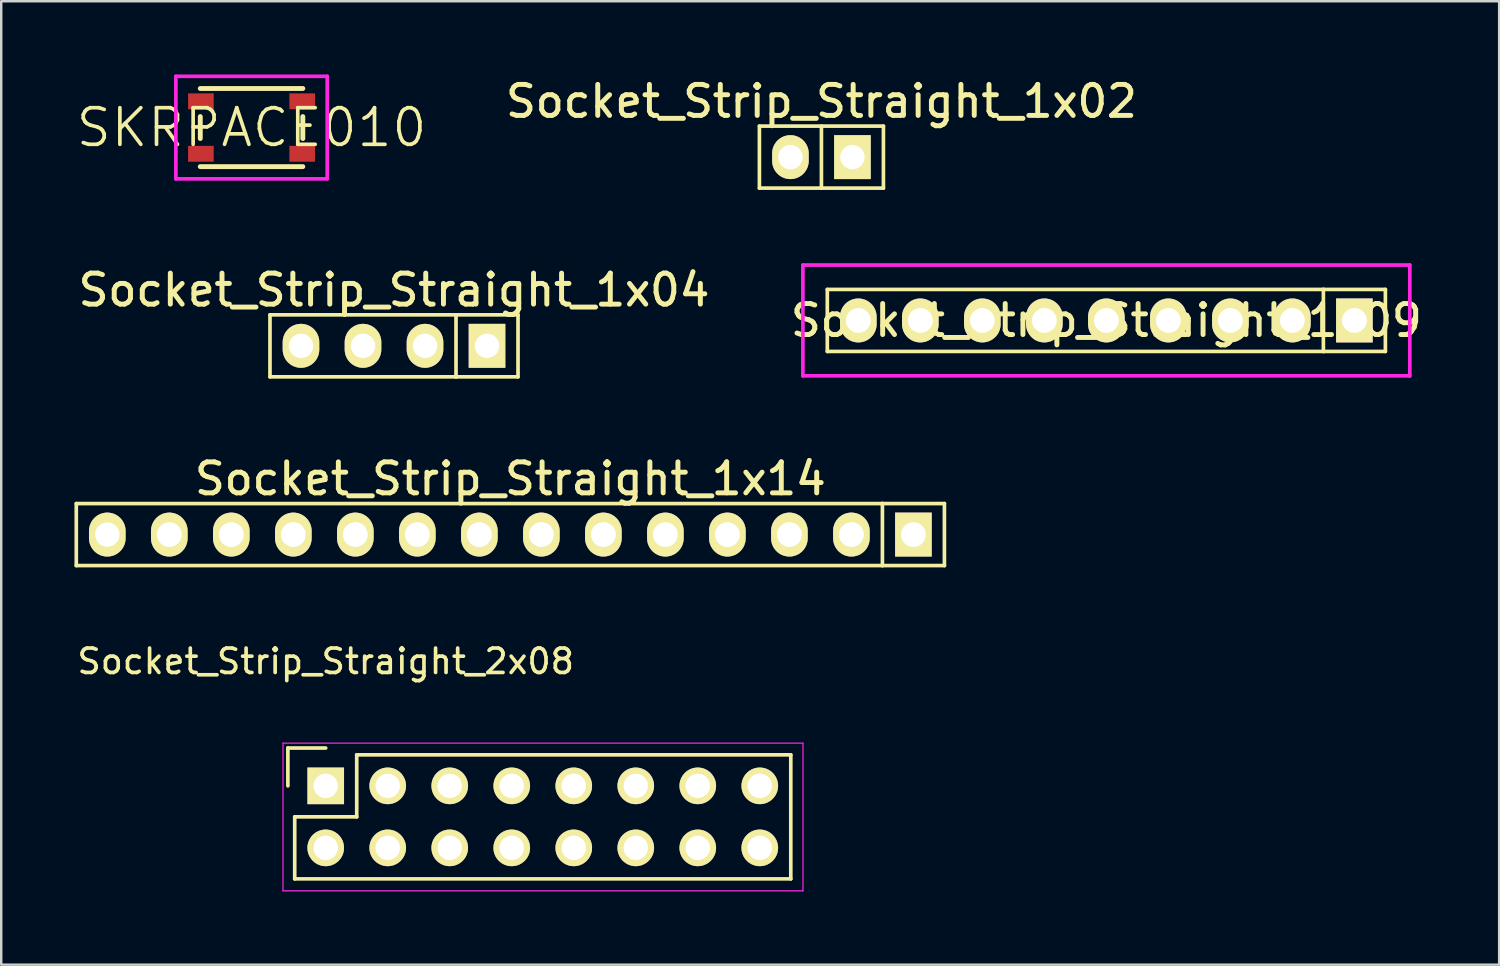
<source format=kicad_pcb>
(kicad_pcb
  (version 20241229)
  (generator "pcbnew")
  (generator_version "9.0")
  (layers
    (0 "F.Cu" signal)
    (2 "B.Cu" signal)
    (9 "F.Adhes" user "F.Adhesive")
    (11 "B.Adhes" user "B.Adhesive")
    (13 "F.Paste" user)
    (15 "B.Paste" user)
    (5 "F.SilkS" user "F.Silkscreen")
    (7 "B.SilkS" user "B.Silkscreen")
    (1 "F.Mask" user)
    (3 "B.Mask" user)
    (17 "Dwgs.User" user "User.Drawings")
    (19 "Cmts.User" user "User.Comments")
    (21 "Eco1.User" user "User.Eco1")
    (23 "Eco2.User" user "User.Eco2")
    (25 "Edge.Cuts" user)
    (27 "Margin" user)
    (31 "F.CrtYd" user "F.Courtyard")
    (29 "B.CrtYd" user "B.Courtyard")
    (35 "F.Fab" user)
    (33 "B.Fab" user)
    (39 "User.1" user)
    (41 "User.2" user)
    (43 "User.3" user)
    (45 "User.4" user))
  (footprint "Socket_Strip_Straight_2x08"
    (layer "F.Cu")
    (at 10.292 29.14)
    (property "Reference" "Socket_Strip_Straight_2x08" (at 0 -5.1 0) (layer "F.SilkS") (effects (font (size 1 1) (thickness 0.15))))
    (attr through_hole)
    (fp_line (start -1.55 -1.55) (end -1.55 0) (stroke (width 0.15) (type solid)) (layer "F.SilkS"))
    (fp_line (start -1.27 1.27) (end 1.27 1.27) (stroke (width 0.15) (type solid)) (layer "F.SilkS"))
    (fp_line (start -1.27 3.81) (end -1.27 1.27) (stroke (width 0.15) (type solid)) (layer "F.SilkS"))
    (fp_line (start 0 -1.55) (end -1.55 -1.55) (stroke (width 0.15) (type solid)) (layer "F.SilkS"))
    (fp_line (start 1.27 -1.27) (end 19.05 -1.27) (stroke (width 0.15) (type solid)) (layer "F.SilkS"))
    (fp_line (start 1.27 1.27) (end 1.27 -1.27) (stroke (width 0.15) (type solid)) (layer "F.SilkS"))
    (fp_line (start 19.05 3.81) (end -1.27 3.81) (stroke (width 0.15) (type solid)) (layer "F.SilkS"))
    (fp_line (start 19.05 3.81) (end 19.05 -1.27) (stroke (width 0.15) (type solid)) (layer "F.SilkS"))
    (fp_line (start -1.75 -1.75) (end -1.75 4.3) (stroke (width 0.05) (type solid)) (layer "F.CrtYd"))
    (fp_line (start -1.75 -1.75) (end 19.55 -1.75) (stroke (width 0.05) (type solid)) (layer "F.CrtYd"))
    (fp_line (start -1.75 4.3) (end 19.55 4.3) (stroke (width 0.05) (type solid)) (layer "F.CrtYd"))
    (fp_line (start 19.55 -1.75) (end 19.55 4.3) (stroke (width 0.05) (type solid)) (layer "F.CrtYd"))
    (pad "1" thru_hole rect (at 0 0) (size 1.5 1.5) (drill 1) (layers "*.Cu" "*.Mask" "F.SilkS"))
    (pad "2" thru_hole circle (at 0 2.54) (size 1.5 1.5) (drill 1) (layers "*.Cu" "*.Mask" "F.SilkS"))
    (pad "3" thru_hole circle (at 2.54 0) (size 1.5 1.5) (drill 1) (layers "*.Cu" "*.Mask" "F.SilkS"))
    (pad "4" thru_hole circle (at 2.54 2.54) (size 1.5 1.5) (drill 1) (layers "*.Cu" "*.Mask" "F.SilkS"))
    (pad "5" thru_hole circle (at 5.08 0) (size 1.5 1.5) (drill 1) (layers "*.Cu" "*.Mask" "F.SilkS"))
    (pad "6" thru_hole circle (at 5.08 2.54) (size 1.5 1.5) (drill 1) (layers "*.Cu" "*.Mask" "F.SilkS"))
    (pad "7" thru_hole circle (at 7.62 0) (size 1.5 1.5) (drill 1) (layers "*.Cu" "*.Mask" "F.SilkS"))
    (pad "8" thru_hole circle (at 7.62 2.54) (size 1.5 1.5) (drill 1) (layers "*.Cu" "*.Mask" "F.SilkS"))
    (pad "9" thru_hole circle (at 10.16 0) (size 1.5 1.5) (drill 1) (layers "*.Cu" "*.Mask" "F.SilkS"))
    (pad "10" thru_hole circle (at 10.16 2.54) (size 1.5 1.5) (drill 1) (layers "*.Cu" "*.Mask" "F.SilkS"))
    (pad "11" thru_hole circle (at 12.7 0) (size 1.5 1.5) (drill 1) (layers "*.Cu" "*.Mask" "F.SilkS"))
    (pad "12" thru_hole circle (at 12.7 2.54) (size 1.5 1.5) (drill 1) (layers "*.Cu" "*.Mask" "F.SilkS"))
    (pad "13" thru_hole circle (at 15.24 0) (size 1.5 1.5) (drill 1) (layers "*.Cu" "*.Mask" "F.SilkS"))
    (pad "14" thru_hole circle (at 15.24 2.54) (size 1.5 1.5) (drill 1) (layers "*.Cu" "*.Mask" "F.SilkS"))
    (pad "15" thru_hole circle (at 17.78 0) (size 1.5 1.5) (drill 1) (layers "*.Cu" "*.Mask" "F.SilkS"))
    (pad "16" thru_hole circle (at 17.78 2.54) (size 1.5 1.5) (drill 1) (layers "*.Cu" "*.Mask" "F.SilkS")))
  (footprint "SKRPACE010"
    (layer "F.Cu")
    (at 7.254 2.175)
    (property "Reference" "SKRPACE010" (at 0 0 0) (layer "F.SilkS") (effects (font (size 1.5 1.5) (thickness 0.15))))
    (attr through_hole)
    (fp_line (start -2.1 -1.6) (end 2.1 -1.6) (stroke (width 0.2) (type solid)) (layer "F.SilkS"))
    (fp_line (start -2.1 0.45) (end -2.1 -0.45) (stroke (width 0.2) (type solid)) (layer "F.SilkS"))
    (fp_line (start -2.1 1.6) (end 2.1 1.6) (stroke (width 0.2) (type solid)) (layer "F.SilkS"))
    (fp_line (start 2.1 -0.45) (end 2.1 0.45) (stroke (width 0.2) (type solid)) (layer "F.SilkS"))
    (fp_line (start -3.1 -2.1) (end 3.1 -2.1) (stroke (width 0.15) (type solid)) (layer "F.CrtYd"))
    (fp_line (start -3.1 2.1) (end -3.1 -2.1) (stroke (width 0.15) (type solid)) (layer "F.CrtYd"))
    (fp_line (start 3.1 -2.1) (end 3.1 2.1) (stroke (width 0.15) (type solid)) (layer "F.CrtYd"))
    (fp_line (start 3.1 2.1) (end -3.1 2.1) (stroke (width 0.15) (type solid)) (layer "F.CrtYd"))
    (pad "1" smd rect (at -2.075 -1.075) (size 1.05 0.65) (layers "F.Cu" "F.Mask" "F.Paste"))
    (pad "2" smd rect (at 2.075 -1.075) (size 1.05 0.65) (layers "F.Cu" "F.Mask" "F.Paste"))
    (pad "3" smd rect (at -2.075 1.075) (size 1.05 0.65) (layers "F.Cu" "F.Mask" "F.Paste"))
    (pad "4" smd rect (at 2.075 1.075) (size 1.05 0.65) (layers "F.Cu" "F.Mask" "F.Paste")))
  (footprint "Socket_Strip_Straight_1x09"
    (layer "F.Cu")
    (at 42.268 10.076)
    (property "Reference" "Socket_Strip_Straight_1x09" (at 0 0 0) (layer "F.SilkS") (effects (font (size 1.27 1.27) (thickness 0.203))))
    (attr through_hole)
    (fp_line (start -11.43 -1.27) (end 8.89 -1.27) (stroke (width 0.15) (type solid)) (layer "F.SilkS"))
    (fp_line (start -11.43 1.27) (end -11.43 -1.27) (stroke (width 0.15) (type solid)) (layer "F.SilkS"))
    (fp_line (start 8.89 -1.27) (end 8.89 1.27) (stroke (width 0.15) (type solid)) (layer "F.SilkS"))
    (fp_line (start 8.89 1.27) (end -11.43 1.27) (stroke (width 0.15) (type solid)) (layer "F.SilkS"))
    (fp_line (start 11.43 -1.27) (end 8.89 -1.27) (stroke (width 0.15) (type solid)) (layer "F.SilkS"))
    (fp_line (start 11.43 -1.27) (end 11.43 1.27) (stroke (width 0.15) (type solid)) (layer "F.SilkS"))
    (fp_line (start 11.43 1.27) (end 8.89 1.27) (stroke (width 0.15) (type solid)) (layer "F.SilkS"))
    (fp_line (start -12.43 -2.27) (end 12.43 -2.27) (stroke (width 0.15) (type solid)) (layer "F.CrtYd"))
    (fp_line (start -12.43 2.27) (end -12.43 -2.27) (stroke (width 0.15) (type solid)) (layer "F.CrtYd"))
    (fp_line (start 12.43 -2.27) (end 12.43 2.27) (stroke (width 0.15) (type solid)) (layer "F.CrtYd"))
    (fp_line (start 12.43 2.27) (end -12.43 2.27) (stroke (width 0.15) (type solid)) (layer "F.CrtYd"))
    (pad "1" thru_hole rect (at 10.16 0 180) (size 1.5 1.8) (drill 1.016) (layers "*.Cu" "*.Mask" "F.SilkS"))
    (pad "2" thru_hole oval (at 7.62 0 180) (size 1.5 1.8) (drill 1.016) (layers "*.Cu" "*.Mask" "F.SilkS"))
    (pad "3" thru_hole oval (at 5.08 0 180) (size 1.5 1.8) (drill 1.016) (layers "*.Cu" "*.Mask" "F.SilkS"))
    (pad "4" thru_hole oval (at 2.54 0 180) (size 1.5 1.8) (drill 1.016) (layers "*.Cu" "*.Mask" "F.SilkS"))
    (pad "5" thru_hole oval (at 0 0 180) (size 1.5 1.8) (drill 1.016) (layers "*.Cu" "*.Mask" "F.SilkS"))
    (pad "6" thru_hole oval (at -2.54 0 180) (size 1.5 1.8) (drill 1.016) (layers "*.Cu" "*.Mask" "F.SilkS"))
    (pad "7" thru_hole oval (at -5.08 0 180) (size 1.5 1.8) (drill 1.016) (layers "*.Cu" "*.Mask" "F.SilkS"))
    (pad "8" thru_hole oval (at -7.62 0 180) (size 1.5 1.8) (drill 1.016) (layers "*.Cu" "*.Mask" "F.SilkS"))
    (pad "9" thru_hole oval (at -10.16 0 180) (size 1.5 1.8) (drill 1.016) (layers "*.Cu" "*.Mask" "F.SilkS")))
  (footprint "Socket_Strip_Straight_1x04"
    (layer "F.Cu")
    (at 13.089 11.116)
    (property "Reference" "Socket_Strip_Straight_1x04" (at 0 -2.286 0) (layer "F.SilkS") (effects (font (size 1.27 1.27) (thickness 0.203))))
    (attr through_hole)
    (fp_line (start -5.08 1.27) (end -5.08 -1.27) (stroke (width 0.15) (type solid)) (layer "F.SilkS"))
    (fp_line (start 2.54 -1.27) (end -5.08 -1.27) (stroke (width 0.15) (type solid)) (layer "F.SilkS"))
    (fp_line (start 2.54 -1.27) (end 2.54 1.27) (stroke (width 0.15) (type solid)) (layer "F.SilkS"))
    (fp_line (start 2.54 1.27) (end -5.08 1.27) (stroke (width 0.15) (type solid)) (layer "F.SilkS"))
    (fp_line (start 5.08 -1.27) (end 2.54 -1.27) (stroke (width 0.15) (type solid)) (layer "F.SilkS"))
    (fp_line (start 5.08 -1.27) (end 5.08 1.27) (stroke (width 0.15) (type solid)) (layer "F.SilkS"))
    (fp_line (start 5.08 1.27) (end 2.54 1.27) (stroke (width 0.15) (type solid)) (layer "F.SilkS"))
    (pad "1" thru_hole rect (at 3.81 0 180) (size 1.5 1.8) (drill 1) (layers "*.Cu" "*.Mask" "F.SilkS"))
    (pad "2" thru_hole oval (at 1.27 0 180) (size 1.5 1.8) (drill 1) (layers "*.Cu" "*.Mask" "F.SilkS"))
    (pad "3" thru_hole oval (at -1.27 0 180) (size 1.5 1.8) (drill 1) (layers "*.Cu" "*.Mask" "F.SilkS"))
    (pad "4" thru_hole oval (at -3.81 0 180) (size 1.5 1.8) (drill 1) (layers "*.Cu" "*.Mask" "F.SilkS")))
  (footprint "Socket_Strip_Straight_1x02"
    (layer "F.Cu")
    (at 30.597 3.386)
    (property "Reference" "Socket_Strip_Straight_1x02" (at 0 -2.286 0) (layer "F.SilkS") (effects (font (size 1.27 1.27) (thickness 0.203))))
    (attr through_hole)
    (fp_line (start -2.54 -1.27) (end 2.54 -1.27) (stroke (width 0.15) (type solid)) (layer "F.SilkS"))
    (fp_line (start -2.54 1.27) (end -2.54 -1.27) (stroke (width 0.15) (type solid)) (layer "F.SilkS"))
    (fp_line (start 0 -1.27) (end 0 1.27) (stroke (width 0.15) (type solid)) (layer "F.SilkS"))
    (fp_line (start 0 1.27) (end -2.54 1.27) (stroke (width 0.15) (type solid)) (layer "F.SilkS"))
    (fp_line (start 2.54 -1.27) (end 2.54 1.27) (stroke (width 0.15) (type solid)) (layer "F.SilkS"))
    (fp_line (start 2.54 1.27) (end 0 1.27) (stroke (width 0.15) (type solid)) (layer "F.SilkS"))
    (pad "1" thru_hole rect (at 1.27 0 180) (size 1.5 1.8) (drill 1) (layers "*.Cu" "*.Mask" "F.SilkS"))
    (pad "2" thru_hole oval (at -1.27 0 180) (size 1.5 1.8) (drill 1) (layers "*.Cu" "*.Mask" "F.SilkS")))
  (footprint "Socket_Strip_Straight_1x14"
    (layer "F.Cu")
    (at 17.855 18.847)
    (property "Reference" "Socket_Strip_Straight_1x14" (at 0 -2.286 0) (layer "F.SilkS") (effects (font (size 1.27 1.27) (thickness 0.203))))
    (attr through_hole)
    (fp_line (start -17.78 -1.27) (end 15.24 -1.27) (stroke (width 0.15) (type solid)) (layer "F.SilkS"))
    (fp_line (start -17.78 1.27) (end -17.78 -1.27) (stroke (width 0.15) (type solid)) (layer "F.SilkS"))
    (fp_line (start 15.24 -1.27) (end 15.24 1.27) (stroke (width 0.15) (type solid)) (layer "F.SilkS"))
    (fp_line (start 15.24 1.27) (end -17.78 1.27) (stroke (width 0.15) (type solid)) (layer "F.SilkS"))
    (fp_line (start 17.78 -1.27) (end 15.24 -1.27) (stroke (width 0.15) (type solid)) (layer "F.SilkS"))
    (fp_line (start 17.78 -1.27) (end 17.78 1.27) (stroke (width 0.15) (type solid)) (layer "F.SilkS"))
    (fp_line (start 17.78 1.27) (end 15.24 1.27) (stroke (width 0.15) (type solid)) (layer "F.SilkS"))
    (pad "1" thru_hole rect (at 16.51 0 180) (size 1.5 1.8) (drill 1.016) (layers "*.Cu" "*.Mask" "F.SilkS"))
    (pad "2" thru_hole oval (at 13.97 0 180) (size 1.5 1.8) (drill 1.016) (layers "*.Cu" "*.Mask" "F.SilkS"))
    (pad "3" thru_hole oval (at 11.43 0 180) (size 1.5 1.8) (drill 1.016) (layers "*.Cu" "*.Mask" "F.SilkS"))
    (pad "4" thru_hole oval (at 8.89 0 180) (size 1.5 1.8) (drill 1.016) (layers "*.Cu" "*.Mask" "F.SilkS"))
    (pad "5" thru_hole oval (at 6.35 0 180) (size 1.5 1.8) (drill 1.016) (layers "*.Cu" "*.Mask" "F.SilkS"))
    (pad "6" thru_hole oval (at 3.81 0 180) (size 1.5 1.8) (drill 1.016) (layers "*.Cu" "*.Mask" "F.SilkS"))
    (pad "7" thru_hole oval (at 1.27 0 180) (size 1.5 1.8) (drill 1.016) (layers "*.Cu" "*.Mask" "F.SilkS"))
    (pad "8" thru_hole oval (at -1.27 0 180) (size 1.5 1.8) (drill 1.016) (layers "*.Cu" "*.Mask" "F.SilkS"))
    (pad "9" thru_hole oval (at -3.81 0 180) (size 1.5 1.8) (drill 1.016) (layers "*.Cu" "*.Mask" "F.SilkS"))
    (pad "10" thru_hole oval (at -6.35 0 180) (size 1.5 1.8) (drill 1.016) (layers "*.Cu" "*.Mask" "F.SilkS"))
    (pad "11" thru_hole oval (at -8.89 0 180) (size 1.5 1.8) (drill 1.016) (layers "*.Cu" "*.Mask" "F.SilkS"))
    (pad "12" thru_hole oval (at -11.43 0 180) (size 1.5 1.8) (drill 1.016) (layers "*.Cu" "*.Mask" "F.SilkS"))
    (pad "13" thru_hole oval (at -13.97 0 180) (size 1.5 1.8) (drill 1.016) (layers "*.Cu" "*.Mask" "F.SilkS"))
    (pad "14" thru_hole oval (at -16.51 0 180) (size 1.5 1.8) (drill 1) (layers "*.Cu" "*.Mask" "F.SilkS")))
  (gr_rect
    (start -3 -3)
    (end 58.358 36.465)
    (stroke (width 0.1) (type default))
    (fill no)
    (layer "Edge.Cuts")))
</source>
